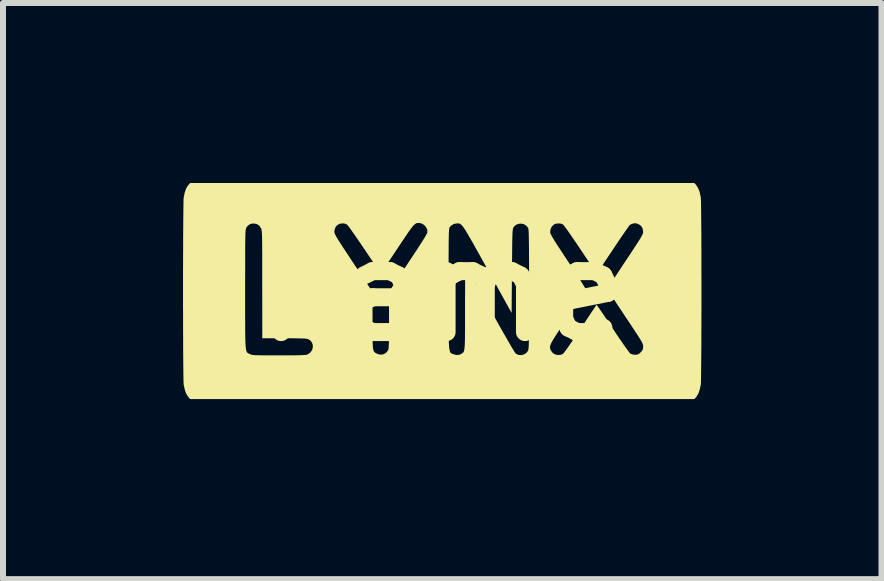
<source format=kicad_pcb>
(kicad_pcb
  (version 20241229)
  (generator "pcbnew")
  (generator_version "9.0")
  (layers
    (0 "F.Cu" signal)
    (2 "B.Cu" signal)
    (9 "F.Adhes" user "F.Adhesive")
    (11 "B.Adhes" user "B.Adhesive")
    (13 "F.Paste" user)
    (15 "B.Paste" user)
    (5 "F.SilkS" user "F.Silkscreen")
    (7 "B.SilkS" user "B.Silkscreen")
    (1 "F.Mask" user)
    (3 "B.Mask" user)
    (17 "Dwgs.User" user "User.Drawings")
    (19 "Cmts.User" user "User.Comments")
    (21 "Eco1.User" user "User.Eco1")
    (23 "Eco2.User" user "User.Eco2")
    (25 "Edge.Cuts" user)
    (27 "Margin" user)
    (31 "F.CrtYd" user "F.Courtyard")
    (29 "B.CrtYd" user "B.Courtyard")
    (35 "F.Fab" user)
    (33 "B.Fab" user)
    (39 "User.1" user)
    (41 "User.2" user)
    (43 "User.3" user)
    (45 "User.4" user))
  (footprint "name"
    (layer "F.Cu")
    (at 4.32 1.795)
    (property "Reference" "name" (at 0 0 0) (layer "F.SilkS") (effects (font (size 1.524 1.524) (thickness 0.3))))
    (attr through_hole)
    (fp_poly (pts (xy 4.233 -1.759) (xy 4.263 -1.713) (xy 4.288 -1.65) (xy 4.306 -1.568) (xy 4.309 -1.553) (xy 4.31 -1.532) (xy 4.312 -1.492) (xy 4.313 -1.434) (xy 4.314 -1.36) (xy 4.315 -1.27) (xy 4.316 -1.166) (xy 4.317 -1.05) (xy 4.318 -0.924) (xy 4.318 -0.788) (xy 4.319 -0.645) (xy 4.319 -0.495) (xy 4.319 -0.341) (xy 4.32 -0.183) (xy 4.32 -0.024) (xy 4.32 0.136) (xy 4.32 0.294) (xy 4.319 0.45) (xy 4.319 0.601) (xy 4.318 0.747) (xy 4.318 0.886) (xy 4.317 1.016) (xy 4.316 1.136) (xy 4.315 1.244) (xy 4.314 1.339) (xy 4.313 1.419) (xy 4.312 1.484) (xy 4.311 1.53) (xy 4.309 1.558) (xy 4.309 1.563) (xy 4.291 1.648) (xy 4.268 1.714) (xy 4.238 1.763) (xy 4.233 1.77) (xy 4.201 1.806) (xy -4.201 1.806) (xy -4.233 1.77) (xy -4.263 1.724) (xy -4.288 1.66) (xy -4.306 1.579) (xy -4.309 1.563) (xy -4.31 1.543) (xy -4.312 1.503) (xy -4.313 1.445) (xy -4.314 1.37) (xy -4.315 1.28) (xy -4.316 1.177) (xy -4.317 1.061) (xy -4.318 0.934) (xy -4.318 0.799) (xy -4.319 0.655) (xy -4.319 0.506) (xy -4.319 0.351) (xy -4.32 0.296) (xy -3.285 0.296) (xy -3.285 0.429) (xy -3.284 0.545) (xy -3.284 0.645) (xy -3.283 0.73) (xy -3.282 0.801) (xy -3.28 0.861) (xy -3.277 0.909) (xy -3.274 0.947) (xy -3.27 0.977) (xy -3.265 1) (xy -3.259 1.016) (xy -3.252 1.028) (xy -3.244 1.036) (xy -3.235 1.043) (xy -3.224 1.048) (xy -3.212 1.053) (xy -3.207 1.055) (xy -3.196 1.061) (xy -3.183 1.065) (xy -3.168 1.069) (xy -3.148 1.071) (xy -3.12 1.074) (xy -3.083 1.075) (xy -3.036 1.076) (xy -2.974 1.077) (xy -2.898 1.077) (xy -2.804 1.077) (xy -2.722 1.077) (xy -2.608 1.077) (xy -2.513 1.077) (xy -2.436 1.076) (xy -2.375 1.075) (xy -2.328 1.073) (xy -2.293 1.071) (xy -2.268 1.068) (xy -2.252 1.065) (xy -2.247 1.063) (xy -2.203 1.035) (xy -2.174 0.997) (xy -2.158 0.953) (xy -2.157 0.908) (xy -2.17 0.865) (xy -2.198 0.829) (xy -2.234 0.807) (xy -2.248 0.803) (xy -2.268 0.8) (xy -2.298 0.797) (xy -2.339 0.795) (xy -2.393 0.794) (xy -2.463 0.793) (xy -2.549 0.792) (xy -2.635 0.792) (xy -2.999 0.792) (xy -3 -0.103) (xy -3 -0.261) (xy -3 -0.4) (xy -3 -0.52) (xy -3 -0.624) (xy -3.001 -0.712) (xy -3.001 -0.785) (xy -3.002 -0.846) (xy -3.003 -0.896) (xy -3.004 -0.935) (xy -3.006 -0.966) (xy -3.008 -0.987) (xy -1.798 -0.987) (xy -1.798 -0.976) (xy -1.795 -0.964) (xy -1.79 -0.95) (xy -1.782 -0.931) (xy -1.768 -0.906) (xy -1.75 -0.874) (xy -1.725 -0.834) (xy -1.692 -0.783) (xy -1.652 -0.72) (xy -1.602 -0.645) (xy -1.542 -0.554) (xy -1.48 -0.46) (xy -1.162 0.021) (xy -1.162 0.499) (xy -1.162 0.616) (xy -1.162 0.713) (xy -1.161 0.792) (xy -1.16 0.857) (xy -1.158 0.907) (xy -1.155 0.946) (xy -1.151 0.976) (xy -1.145 0.997) (xy -1.138 1.012) (xy -1.128 1.024) (xy -1.117 1.033) (xy -1.103 1.042) (xy -1.095 1.046) (xy -1.046 1.064) (xy -0.995 1.063) (xy -0.96 1.05) (xy -0.932 1.03) (xy -0.909 1.002) (xy -0.908 1) (xy -0.903 0.991) (xy -0.899 0.981) (xy -0.896 0.967) (xy -0.893 0.948) (xy -0.891 0.921) (xy -0.89 0.885) (xy -0.888 0.837) (xy -0.888 0.776) (xy -0.887 0.7) (xy -0.887 0.607) (xy -0.887 0.495) (xy -0.887 0.491) (xy -0.887 0.297) (xy 0.106 0.297) (xy 0.106 0.431) (xy 0.106 0.547) (xy 0.106 0.647) (xy 0.107 0.733) (xy 0.108 0.804) (xy 0.11 0.864) (xy 0.113 0.912) (xy 0.116 0.95) (xy 0.12 0.98) (xy 0.125 1.003) (xy 0.13 1.019) (xy 0.137 1.031) (xy 0.145 1.039) (xy 0.155 1.045) (xy 0.165 1.05) (xy 0.177 1.055) (xy 0.183 1.057) (xy 0.237 1.072) (xy 0.289 1.066) (xy 0.324 1.049) (xy 0.335 1.041) (xy 0.344 1.034) (xy 0.352 1.026) (xy 0.359 1.014) (xy 0.364 0.998) (xy 0.369 0.975) (xy 0.372 0.945) (xy 0.375 0.906) (xy 0.377 0.856) (xy 0.379 0.794) (xy 0.379 0.718) (xy 0.38 0.627) (xy 0.38 0.519) (xy 0.38 0.393) (xy 0.38 0.273) (xy 0.38 0.122) (xy 0.381 -0.01) (xy 0.381 -0.121) (xy 0.382 -0.213) (xy 0.383 -0.287) (xy 0.385 -0.344) (xy 0.387 -0.384) (xy 0.389 -0.407) (xy 0.391 -0.416) (xy 0.392 -0.415) (xy 0.398 -0.405) (xy 0.415 -0.377) (xy 0.439 -0.333) (xy 0.472 -0.276) (xy 0.512 -0.205) (xy 0.558 -0.123) (xy 0.609 -0.032) (xy 0.665 0.068) (xy 0.725 0.175) (xy 0.787 0.288) (xy 0.801 0.312) (xy 0.878 0.451) (xy 0.949 0.577) (xy 1.012 0.689) (xy 1.069 0.788) (xy 1.117 0.872) (xy 1.157 0.941) (xy 1.189 0.993) (xy 1.211 1.029) (xy 1.224 1.046) (xy 1.226 1.048) (xy 1.272 1.07) (xy 1.32 1.073) (xy 1.367 1.06) (xy 1.407 1.031) (xy 1.428 1.003) (xy 1.431 0.996) (xy 1.434 0.987) (xy 1.436 0.975) (xy 1.438 0.959) (xy 1.439 0.952) (xy 1.795 0.952) (xy 1.799 0.968) (xy 1.806 0.984) (xy 1.813 1) (xy 1.842 1.038) (xy 1.882 1.062) (xy 1.93 1.072) (xy 1.978 1.067) (xy 2.014 1.051) (xy 2.025 1.038) (xy 2.046 1.01) (xy 2.077 0.969) (xy 2.115 0.915) (xy 2.159 0.85) (xy 2.209 0.778) (xy 2.262 0.699) (xy 2.304 0.636) (xy 2.359 0.554) (xy 2.409 0.477) (xy 2.455 0.408) (xy 2.495 0.348) (xy 2.528 0.299) (xy 2.553 0.262) (xy 2.568 0.24) (xy 2.572 0.234) (xy 2.578 0.242) (xy 2.595 0.265) (xy 2.621 0.303) (xy 2.656 0.353) (xy 2.697 0.414) (xy 2.744 0.484) (xy 2.795 0.561) (xy 2.841 0.63) (xy 2.897 0.713) (xy 2.95 0.792) (xy 2.999 0.863) (xy 3.042 0.925) (xy 3.079 0.977) (xy 3.108 1.016) (xy 3.127 1.04) (xy 3.135 1.048) (xy 3.168 1.061) (xy 3.211 1.067) (xy 3.215 1.067) (xy 3.247 1.065) (xy 3.271 1.057) (xy 3.295 1.038) (xy 3.307 1.026) (xy 3.331 0.999) (xy 3.343 0.977) (xy 3.348 0.949) (xy 3.348 0.931) (xy 3.348 0.918) (xy 3.346 0.906) (xy 3.343 0.892) (xy 3.336 0.876) (xy 3.326 0.855) (xy 3.31 0.827) (xy 3.289 0.792) (xy 3.261 0.748) (xy 3.225 0.693) (xy 3.18 0.625) (xy 3.126 0.543) (xy 3.061 0.446) (xy 3.05 0.43) (xy 2.993 0.343) (xy 2.938 0.261) (xy 2.889 0.186) (xy 2.846 0.12) (xy 2.809 0.063) (xy 2.781 0.019) (xy 2.762 -0.012) (xy 2.753 -0.027) (xy 2.753 -0.028) (xy 2.759 -0.04) (xy 2.775 -0.066) (xy 2.801 -0.107) (xy 2.835 -0.161) (xy 2.877 -0.225) (xy 2.925 -0.298) (xy 2.978 -0.379) (xy 3.035 -0.465) (xy 3.05 -0.488) (xy 3.118 -0.589) (xy 3.174 -0.674) (xy 3.22 -0.745) (xy 3.257 -0.802) (xy 3.287 -0.849) (xy 3.309 -0.885) (xy 3.325 -0.914) (xy 3.336 -0.936) (xy 3.343 -0.952) (xy 3.347 -0.966) (xy 3.348 -0.977) (xy 3.348 -0.98) (xy 3.34 -1.035) (xy 3.317 -1.077) (xy 3.276 -1.107) (xy 3.268 -1.11) (xy 3.234 -1.123) (xy 3.208 -1.125) (xy 3.182 -1.12) (xy 3.151 -1.109) (xy 3.128 -1.097) (xy 3.125 -1.096) (xy 3.116 -1.084) (xy 3.097 -1.057) (xy 3.068 -1.016) (xy 3.031 -0.963) (xy 2.988 -0.9) (xy 2.939 -0.828) (xy 2.886 -0.749) (xy 2.842 -0.683) (xy 2.575 -0.283) (xy 2.307 -0.685) (xy 2.251 -0.768) (xy 2.198 -0.846) (xy 2.149 -0.917) (xy 2.106 -0.98) (xy 2.069 -1.032) (xy 2.039 -1.071) (xy 2.02 -1.096) (xy 2.011 -1.105) (xy 1.975 -1.119) (xy 1.93 -1.122) (xy 1.886 -1.115) (xy 1.864 -1.105) (xy 1.825 -1.068) (xy 1.803 -1.022) (xy 1.799 -0.975) (xy 1.801 -0.962) (xy 1.808 -0.945) (xy 1.819 -0.923) (xy 1.835 -0.893) (xy 1.858 -0.855) (xy 1.888 -0.806) (xy 1.927 -0.746) (xy 1.975 -0.673) (xy 2.032 -0.586) (xy 2.101 -0.482) (xy 2.102 -0.481) (xy 2.161 -0.391) (xy 2.217 -0.306) (xy 2.266 -0.23) (xy 2.309 -0.162) (xy 2.344 -0.106) (xy 2.371 -0.062) (xy 2.388 -0.032) (xy 2.394 -0.018) (xy 2.394 -0.017) (xy 2.387 -0.006) (xy 2.37 0.021) (xy 2.343 0.063) (xy 2.308 0.116) (xy 2.265 0.181) (xy 2.217 0.254) (xy 2.164 0.335) (xy 2.106 0.421) (xy 2.092 0.442) (xy 2.023 0.546) (xy 1.965 0.634) (xy 1.917 0.707) (xy 1.878 0.767) (xy 1.848 0.816) (xy 1.825 0.856) (xy 1.81 0.888) (xy 1.8 0.913) (xy 1.796 0.934) (xy 1.795 0.952) (xy 1.439 0.952) (xy 1.44 0.938) (xy 1.442 0.909) (xy 1.443 0.872) (xy 1.444 0.825) (xy 1.445 0.768) (xy 1.446 0.698) (xy 1.446 0.615) (xy 1.446 0.517) (xy 1.447 0.403) (xy 1.447 0.272) (xy 1.447 0.122) (xy 1.447 -0.024) (xy 1.447 -0.193) (xy 1.447 -0.342) (xy 1.447 -0.472) (xy 1.446 -0.586) (xy 1.446 -0.683) (xy 1.445 -0.765) (xy 1.444 -0.834) (xy 1.443 -0.89) (xy 1.442 -0.936) (xy 1.441 -0.971) (xy 1.439 -0.999) (xy 1.437 -1.019) (xy 1.435 -1.033) (xy 1.432 -1.042) (xy 1.431 -1.047) (xy 1.4 -1.085) (xy 1.36 -1.109) (xy 1.314 -1.119) (xy 1.267 -1.114) (xy 1.224 -1.096) (xy 1.191 -1.062) (xy 1.186 -1.053) (xy 1.182 -1.045) (xy 1.179 -1.035) (xy 1.176 -1.02) (xy 1.174 -0.999) (xy 1.171 -0.971) (xy 1.17 -0.935) (xy 1.168 -0.887) (xy 1.167 -0.828) (xy 1.166 -0.756) (xy 1.165 -0.668) (xy 1.164 -0.563) (xy 1.163 -0.44) (xy 1.162 -0.325) (xy 1.156 0.37) (xy 0.755 -0.356) (xy 0.679 -0.493) (xy 0.613 -0.612) (xy 0.555 -0.715) (xy 0.506 -0.804) (xy 0.463 -0.878) (xy 0.427 -0.94) (xy 0.397 -0.991) (xy 0.371 -1.031) (xy 0.35 -1.062) (xy 0.332 -1.085) (xy 0.316 -1.101) (xy 0.302 -1.112) (xy 0.288 -1.118) (xy 0.275 -1.121) (xy 0.262 -1.122) (xy 0.246 -1.122) (xy 0.244 -1.122) (xy 0.193 -1.113) (xy 0.15 -1.087) (xy 0.123 -1.056) (xy 0.12 -1.049) (xy 0.117 -1.04) (xy 0.115 -1.026) (xy 0.113 -1.007) (xy 0.112 -0.98) (xy 0.11 -0.946) (xy 0.109 -0.902) (xy 0.108 -0.847) (xy 0.107 -0.781) (xy 0.107 -0.701) (xy 0.106 -0.606) (xy 0.106 -0.496) (xy 0.106 -0.369) (xy 0.106 -0.223) (xy 0.106 -0.058) (xy 0.106 -0.027) (xy 0.106 0.145) (xy 0.106 0.297) (xy -0.887 0.297) (xy -0.887 0.016) (xy -0.57 -0.46) (xy -0.489 -0.583) (xy -0.419 -0.688) (xy -0.362 -0.777) (xy -0.316 -0.849) (xy -0.282 -0.905) (xy -0.26 -0.945) (xy -0.249 -0.968) (xy -0.247 -0.972) (xy -0.25 -1.017) (xy -0.27 -1.06) (xy -0.303 -1.096) (xy -0.344 -1.121) (xy -0.388 -1.13) (xy -0.405 -1.13) (xy -0.422 -1.127) (xy -0.438 -1.121) (xy -0.455 -1.11) (xy -0.474 -1.093) (xy -0.496 -1.068) (xy -0.523 -1.033) (xy -0.556 -0.988) (xy -0.595 -0.93) (xy -0.643 -0.859) (xy -0.701 -0.773) (xy -0.752 -0.696) (xy -0.806 -0.614) (xy -0.857 -0.538) (xy -0.904 -0.469) (xy -0.945 -0.409) (xy -0.979 -0.361) (xy -1.004 -0.325) (xy -1.02 -0.303) (xy -1.026 -0.298) (xy -1.033 -0.307) (xy -1.051 -0.332) (xy -1.079 -0.371) (xy -1.114 -0.422) (xy -1.156 -0.484) (xy -1.204 -0.554) (xy -1.256 -0.631) (xy -1.296 -0.691) (xy -1.352 -0.773) (xy -1.404 -0.85) (xy -1.453 -0.92) (xy -1.496 -0.982) (xy -1.532 -1.033) (xy -1.561 -1.071) (xy -1.58 -1.095) (xy -1.586 -1.102) (xy -1.624 -1.119) (xy -1.661 -1.123) (xy -1.714 -1.114) (xy -1.756 -1.088) (xy -1.785 -1.047) (xy -1.798 -0.995) (xy -1.798 -0.987) (xy -3.008 -0.987) (xy -3.008 -0.99) (xy -3.01 -1.008) (xy -3.013 -1.021) (xy -3.016 -1.032) (xy -3.019 -1.04) (xy -3.02 -1.042) (xy -3.05 -1.085) (xy -3.093 -1.112) (xy -3.147 -1.121) (xy -3.15 -1.121) (xy -3.2 -1.112) (xy -3.241 -1.083) (xy -3.264 -1.053) (xy -3.267 -1.047) (xy -3.27 -1.039) (xy -3.273 -1.029) (xy -3.275 -1.016) (xy -3.277 -0.997) (xy -3.279 -0.972) (xy -3.28 -0.939) (xy -3.282 -0.897) (xy -3.282 -0.845) (xy -3.283 -0.781) (xy -3.284 -0.704) (xy -3.284 -0.613) (xy -3.284 -0.506) (xy -3.284 -0.383) (xy -3.285 -0.241) (xy -3.285 -0.081) (xy -3.285 -0.028) (xy -3.285 0.144) (xy -3.285 0.296) (xy -4.32 0.296) (xy -4.32 0.194) (xy -4.32 0.035) (xy -4.32 -0.125) (xy -4.32 -0.284) (xy -4.319 -0.439) (xy -4.319 -0.591) (xy -4.318 -0.737) (xy -4.318 -0.875) (xy -4.317 -1.005) (xy -4.316 -1.125) (xy -4.315 -1.233) (xy -4.314 -1.328) (xy -4.313 -1.409) (xy -4.312 -1.473) (xy -4.311 -1.52) (xy -4.309 -1.547) (xy -4.309 -1.553) (xy -4.291 -1.637) (xy -4.268 -1.704) (xy -4.238 -1.753) (xy -4.233 -1.759) (xy -4.201 -1.795) (xy 4.201 -1.795)) (stroke (width 0) (type solid)) (fill yes) (layer "F.SilkS")))
  (gr_rect
    (start -3 -3)
    (end 11.64 6.601)
    (stroke (width 0.1) (type default))
    (fill no)
    (layer "Edge.Cuts")))
</source>
